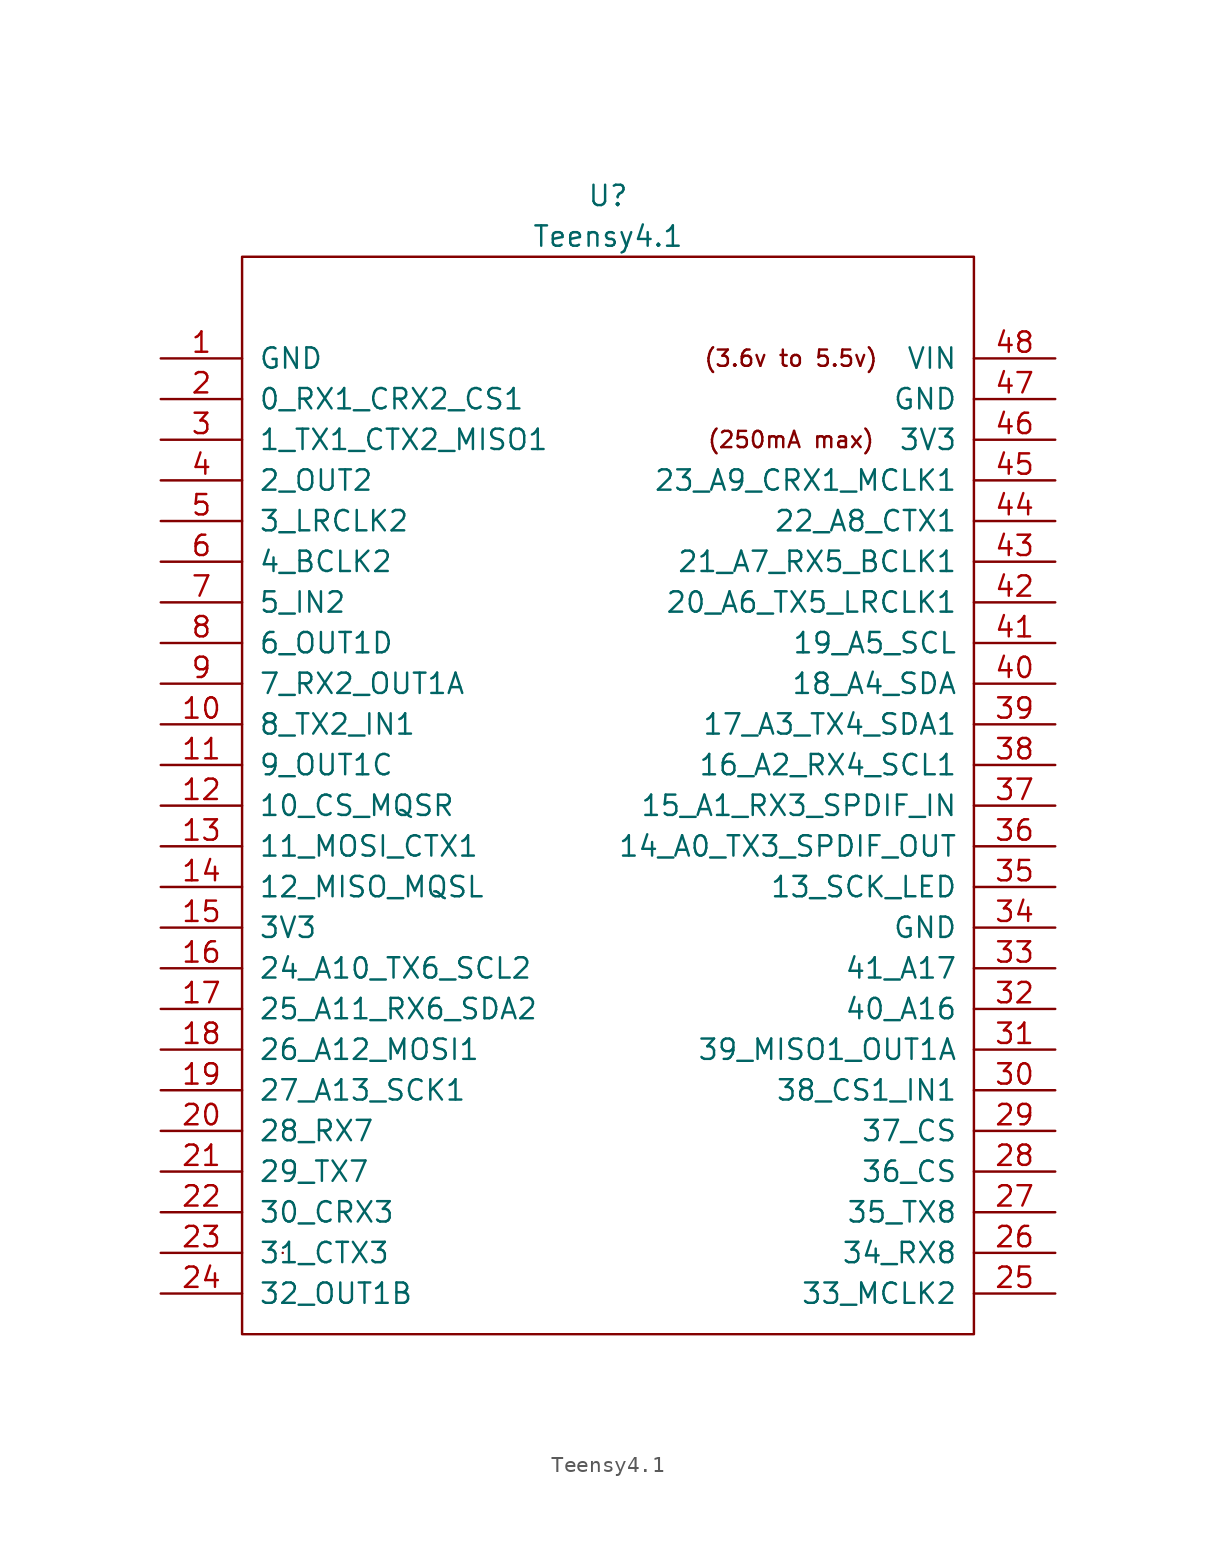
<source format=kicad_sym>
(kicad_symbol_lib
  (version 20231120)
  (generator "kicad_symbol_editor")
  (generator_version "8.0")
  (symbol "Teensy4.1"
    (pin_names
      (offset 1.016))
    (property "Reference" "U"
      (at 0 64.77 0)
      (effects (font (size 1.27 1.27))))
    (property "Value" "Teensy4.1"
      (at 0 62.23 0)
      (effects (font (size 1.27 1.27))))
    (symbol "Teensy4.1_0_0"
      (text "(250mA max)" (at 11.43 49.53 0) (effects (font (size 1.016 1.016))))
      (text "(3.6v to 5.5v)" (at 11.43 54.61 0) (effects (font (size 1.016 1.016))))
      (pin bidirectional line (at -27.94 31.75 0) (length 5.08) (name "8_TX2_IN1" (effects (font (size 1.27 1.27)))) (number "10" (effects (font (size 1.27 1.27)))))
      (pin bidirectional line (at -27.94 29.21 0) (length 5.08) (name "9_OUT1C" (effects (font (size 1.27 1.27)))) (number "11" (effects (font (size 1.27 1.27)))))
      (pin bidirectional line (at -27.94 26.67 0) (length 5.08) (name "10_CS_MQSR" (effects (font (size 1.27 1.27)))) (number "12" (effects (font (size 1.27 1.27)))))
      (pin bidirectional line (at -27.94 24.13 0) (length 5.08) (name "11_MOSI_CTX1" (effects (font (size 1.27 1.27)))) (number "13" (effects (font (size 1.27 1.27)))))
      (pin bidirectional line (at -27.94 21.59 0) (length 5.08) (name "12_MISO_MQSL" (effects (font (size 1.27 1.27)))) (number "14" (effects (font (size 1.27 1.27)))))
      (pin power_in line (at -27.94 19.05 0) (length 5.08) (name "3V3" (effects (font (size 1.27 1.27)))) (number "15" (effects (font (size 1.27 1.27)))))
      (pin bidirectional line (at -27.94 16.51 0) (length 5.08) (name "24_A10_TX6_SCL2" (effects (font (size 1.27 1.27)))) (number "16" (effects (font (size 1.27 1.27)))))
      (pin bidirectional line (at -27.94 13.97 0) (length 5.08) (name "25_A11_RX6_SDA2" (effects (font (size 1.27 1.27)))) (number "17" (effects (font (size 1.27 1.27)))))
      (pin bidirectional line (at -27.94 11.43 0) (length 5.08) (name "26_A12_MOSI1" (effects (font (size 1.27 1.27)))) (number "18" (effects (font (size 1.27 1.27)))))
      (pin bidirectional line (at -27.94 8.89 0) (length 5.08) (name "27_A13_SCK1" (effects (font (size 1.27 1.27)))) (number "19" (effects (font (size 1.27 1.27)))))
      (pin bidirectional line (at -27.94 6.35 0) (length 5.08) (name "28_RX7" (effects (font (size 1.27 1.27)))) (number "20" (effects (font (size 1.27 1.27)))))
      (pin bidirectional line (at -27.94 3.81 0) (length 5.08) (name "29_TX7" (effects (font (size 1.27 1.27)))) (number "21" (effects (font (size 1.27 1.27)))))
      (pin bidirectional line (at -27.94 1.27 0) (length 5.08) (name "30_CRX3" (effects (font (size 1.27 1.27)))) (number "22" (effects (font (size 1.27 1.27)))))
      (pin bidirectional line (at -27.94 -1.27 0) (length 5.08) (name "31_CTX3" (effects (font (size 1.27 1.27)))) (number "23" (effects (font (size 1.27 1.27)))))
      (pin bidirectional line (at -27.94 -3.81 0) (length 5.08) (name "32_OUT1B" (effects (font (size 1.27 1.27)))) (number "24" (effects (font (size 1.27 1.27)))))
      (pin bidirectional line (at 27.94 -3.81 180) (length 5.08) (name "33_MCLK2" (effects (font (size 1.27 1.27)))) (number "25" (effects (font (size 1.27 1.27)))))
      (pin bidirectional line (at 27.94 -1.27 180) (length 5.08) (name "34_RX8" (effects (font (size 1.27 1.27)))) (number "26" (effects (font (size 1.27 1.27)))))
      (pin bidirectional line (at 27.94 1.27 180) (length 5.08) (name "35_TX8" (effects (font (size 1.27 1.27)))) (number "27" (effects (font (size 1.27 1.27)))))
      (pin bidirectional line (at 27.94 3.81 180) (length 5.08) (name "36_CS" (effects (font (size 1.27 1.27)))) (number "28" (effects (font (size 1.27 1.27)))))
      (pin bidirectional line (at 27.94 6.35 180) (length 5.08) (name "37_CS" (effects (font (size 1.27 1.27)))) (number "29" (effects (font (size 1.27 1.27)))))
      (pin bidirectional line (at 27.94 8.89 180) (length 5.08) (name "38_CS1_IN1" (effects (font (size 1.27 1.27)))) (number "30" (effects (font (size 1.27 1.27)))))
      (pin bidirectional line (at 27.94 11.43 180) (length 5.08) (name "39_MISO1_OUT1A" (effects (font (size 1.27 1.27)))) (number "31" (effects (font (size 1.27 1.27)))))
      (pin bidirectional line (at 27.94 13.97 180) (length 5.08) (name "40_A16" (effects (font (size 1.27 1.27)))) (number "32" (effects (font (size 1.27 1.27)))))
      (pin bidirectional line (at 27.94 16.51 180) (length 5.08) (name "41_A17" (effects (font (size 1.27 1.27)))) (number "33" (effects (font (size 1.27 1.27)))))
      (pin bidirectional line (at 27.94 21.59 180) (length 5.08) (name "13_SCK_LED" (effects (font (size 1.27 1.27)))) (number "35" (effects (font (size 1.27 1.27)))))
      (pin bidirectional line (at 27.94 24.13 180) (length 5.08) (name "14_A0_TX3_SPDIF_OUT" (effects (font (size 1.27 1.27)))) (number "36" (effects (font (size 1.27 1.27)))))
      (pin bidirectional line (at 27.94 26.67 180) (length 5.08) (name "15_A1_RX3_SPDIF_IN" (effects (font (size 1.27 1.27)))) (number "37" (effects (font (size 1.27 1.27)))))
      (pin bidirectional line (at 27.94 29.21 180) (length 5.08) (name "16_A2_RX4_SCL1" (effects (font (size 1.27 1.27)))) (number "38" (effects (font (size 1.27 1.27)))))
      (pin bidirectional line (at 27.94 31.75 180) (length 5.08) (name "17_A3_TX4_SDA1" (effects (font (size 1.27 1.27)))) (number "39" (effects (font (size 1.27 1.27)))))
      (pin bidirectional line (at 27.94 34.29 180) (length 5.08) (name "18_A4_SDA" (effects (font (size 1.27 1.27)))) (number "40" (effects (font (size 1.27 1.27)))))
      (pin bidirectional line (at 27.94 36.83 180) (length 5.08) (name "19_A5_SCL" (effects (font (size 1.27 1.27)))) (number "41" (effects (font (size 1.27 1.27)))))
      (pin bidirectional line (at 27.94 39.37 180) (length 5.08) (name "20_A6_TX5_LRCLK1" (effects (font (size 1.27 1.27)))) (number "42" (effects (font (size 1.27 1.27)))))
      (pin bidirectional line (at 27.94 41.91 180) (length 5.08) (name "21_A7_RX5_BCLK1" (effects (font (size 1.27 1.27)))) (number "43" (effects (font (size 1.27 1.27)))))
      (pin bidirectional line (at 27.94 44.45 180) (length 5.08) (name "22_A8_CTX1" (effects (font (size 1.27 1.27)))) (number "44" (effects (font (size 1.27 1.27)))))
      (pin bidirectional line (at 27.94 46.99 180) (length 5.08) (name "23_A9_CRX1_MCLK1" (effects (font (size 1.27 1.27)))) (number "45" (effects (font (size 1.27 1.27)))))
      (pin output line (at 27.94 49.53 180) (length 5.08) (name "3V3" (effects (font (size 1.27 1.27)))) (number "46" (effects (font (size 1.27 1.27)))))
      (pin output line (at 27.94 52.07 180) (length 5.08) (name "GND" (effects (font (size 1.27 1.27)))) (number "47" (effects (font (size 1.27 1.27)))))
      (pin power_in line (at 27.94 54.61 180) (length 5.08) (name "VIN" (effects (font (size 1.27 1.27)))) (number "48" (effects (font (size 1.27 1.27)))))
      (pin bidirectional line (at -27.94 44.45 0) (length 5.08) (name "3_LRCLK2" (effects (font (size 1.27 1.27)))) (number "5" (effects (font (size 1.27 1.27)))))
      (pin bidirectional line (at -27.94 41.91 0) (length 5.08) (name "4_BCLK2" (effects (font (size 1.27 1.27)))) (number "6" (effects (font (size 1.27 1.27)))))
      (pin bidirectional line (at -27.94 39.37 0) (length 5.08) (name "5_IN2" (effects (font (size 1.27 1.27)))) (number "7" (effects (font (size 1.27 1.27)))))
      (pin bidirectional line (at -27.94 36.83 0) (length 5.08) (name "6_OUT1D" (effects (font (size 1.27 1.27)))) (number "8" (effects (font (size 1.27 1.27)))))
      (pin bidirectional line (at -27.94 34.29 0) (length 5.08) (name "7_RX2_OUT1A" (effects (font (size 1.27 1.27)))) (number "9" (effects (font (size 1.27 1.27))))))
    (symbol "Teensy4.1_0_1"
      (rectangle (start -22.86 60.96) (end 22.86 -6.35) (stroke (width 0) (type solid)) (fill (type none)))
      (rectangle (start -20.32 -1.27) (end -20.32 -1.27) (stroke (width 0) (type solid)) (fill (type none))))
    (symbol "Teensy4.1_1_1"
      (pin power_in line (at -27.94 54.61 0) (length 5.08) (name "GND" (effects (font (size 1.27 1.27)))) (number "1" (effects (font (size 1.27 1.27)))))
      (pin bidirectional line (at -27.94 52.07 0) (length 5.08) (name "0_RX1_CRX2_CS1" (effects (font (size 1.27 1.27)))) (number "2" (effects (font (size 1.27 1.27)))))
      (pin bidirectional line (at -27.94 49.53 0) (length 5.08) (name "1_TX1_CTX2_MISO1" (effects (font (size 1.27 1.27)))) (number "3" (effects (font (size 1.27 1.27)))))
      (pin power_in line (at 27.94 19.05 180) (length 5.08) (name "GND" (effects (font (size 1.27 1.27)))) (number "34" (effects (font (size 1.27 1.27)))))
      (pin bidirectional line (at -27.94 46.99 0) (length 5.08) (name "2_OUT2" (effects (font (size 1.27 1.27)))) (number "4" (effects (font (size 1.27 1.27))))))))
</source>
